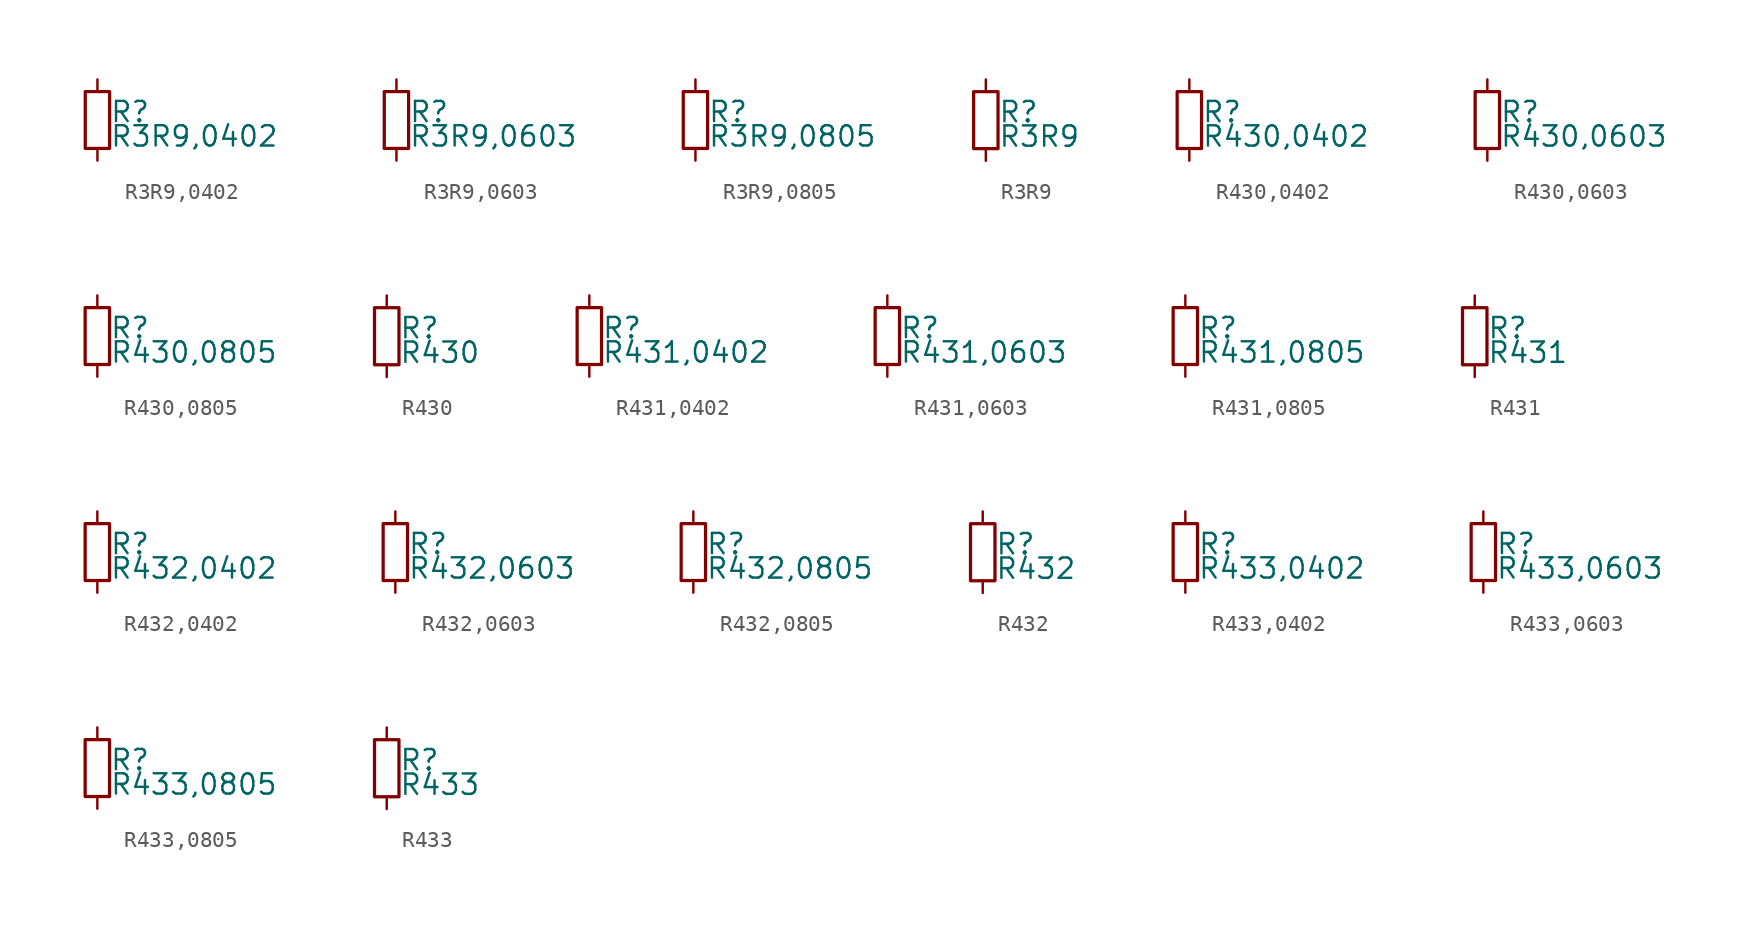
<source format=kicad_sym>
(kicad_symbol_lib
  (version 20211014)
  (generator kicad_symbol_editor)
  (symbol "R3R9,0402"
    (pin_numbers hide)
    (pin_names
      (offset 0.254) hide)
    (property "Reference" "R"
      (at 0.762 0.508 0)
      (effects (font (size 1.27 1.27)) (justify left)))
    (property "Value" "R3R9,0402"
      (at 0.762 -1.016 0)
      (effects (font (size 1.27 1.27)) (justify left)))
    (symbol "R3R9,0402_0_1"
      (rectangle (start -0.762 1.778) (end 0.762 -1.778) (stroke (width 0.203) (type default) (color 0 0 0 0)) (fill (type none))))
    (symbol "R3R9,0402_1_1"
      (pin passive line (at 0 2.54 270) (length 0.762) (name "~" (effects (font (size 1.27 1.27)))) (number "1" (effects (font (size 1.27 1.27)))))
      (pin passive line (at 0 -2.54 90) (length 0.762) (name "~" (effects (font (size 1.27 1.27)))) (number "2" (effects (font (size 1.27 1.27)))))))
  (symbol "R3R9,0603"
    (pin_numbers hide)
    (pin_names
      (offset 0.254) hide)
    (property "Reference" "R"
      (at 0.762 0.508 0)
      (effects (font (size 1.27 1.27)) (justify left)))
    (property "Value" "R3R9,0603"
      (at 0.762 -1.016 0)
      (effects (font (size 1.27 1.27)) (justify left)))
    (symbol "R3R9,0603_0_1"
      (rectangle (start -0.762 1.778) (end 0.762 -1.778) (stroke (width 0.203) (type default) (color 0 0 0 0)) (fill (type none))))
    (symbol "R3R9,0603_1_1"
      (pin passive line (at 0 2.54 270) (length 0.762) (name "~" (effects (font (size 1.27 1.27)))) (number "1" (effects (font (size 1.27 1.27)))))
      (pin passive line (at 0 -2.54 90) (length 0.762) (name "~" (effects (font (size 1.27 1.27)))) (number "2" (effects (font (size 1.27 1.27)))))))
  (symbol "R3R9,0805"
    (pin_numbers hide)
    (pin_names
      (offset 0.254) hide)
    (property "Reference" "R"
      (at 0.762 0.508 0)
      (effects (font (size 1.27 1.27)) (justify left)))
    (property "Value" "R3R9,0805"
      (at 0.762 -1.016 0)
      (effects (font (size 1.27 1.27)) (justify left)))
    (symbol "R3R9,0805_0_1"
      (rectangle (start -0.762 1.778) (end 0.762 -1.778) (stroke (width 0.203) (type default) (color 0 0 0 0)) (fill (type none))))
    (symbol "R3R9,0805_1_1"
      (pin passive line (at 0 2.54 270) (length 0.762) (name "~" (effects (font (size 1.27 1.27)))) (number "1" (effects (font (size 1.27 1.27)))))
      (pin passive line (at 0 -2.54 90) (length 0.762) (name "~" (effects (font (size 1.27 1.27)))) (number "2" (effects (font (size 1.27 1.27)))))))
  (symbol "R3R9"
    (pin_numbers hide)
    (pin_names
      (offset 0.254) hide)
    (property "Reference" "R"
      (at 0.762 0.508 0)
      (effects (font (size 1.27 1.27)) (justify left)))
    (property "Value" "R3R9"
      (at 0.762 -1.016 0)
      (effects (font (size 1.27 1.27)) (justify left)))
    (symbol "R3R9_0_1"
      (rectangle (start -0.762 1.778) (end 0.762 -1.778) (stroke (width 0.203) (type default) (color 0 0 0 0)) (fill (type none))))
    (symbol "R3R9_1_1"
      (pin passive line (at 0 2.54 270) (length 0.762) (name "~" (effects (font (size 1.27 1.27)))) (number "1" (effects (font (size 1.27 1.27)))))
      (pin passive line (at 0 -2.54 90) (length 0.762) (name "~" (effects (font (size 1.27 1.27)))) (number "2" (effects (font (size 1.27 1.27)))))))
  (symbol "R430,0402"
    (pin_numbers hide)
    (pin_names
      (offset 0.254) hide)
    (property "Reference" "R"
      (at 0.762 0.508 0)
      (effects (font (size 1.27 1.27)) (justify left)))
    (property "Value" "R430,0402"
      (at 0.762 -1.016 0)
      (effects (font (size 1.27 1.27)) (justify left)))
    (symbol "R430,0402_0_1"
      (rectangle (start -0.762 1.778) (end 0.762 -1.778) (stroke (width 0.203) (type default) (color 0 0 0 0)) (fill (type none))))
    (symbol "R430,0402_1_1"
      (pin passive line (at 0 2.54 270) (length 0.762) (name "~" (effects (font (size 1.27 1.27)))) (number "1" (effects (font (size 1.27 1.27)))))
      (pin passive line (at 0 -2.54 90) (length 0.762) (name "~" (effects (font (size 1.27 1.27)))) (number "2" (effects (font (size 1.27 1.27)))))))
  (symbol "R430,0603"
    (pin_numbers hide)
    (pin_names
      (offset 0.254) hide)
    (property "Reference" "R"
      (at 0.762 0.508 0)
      (effects (font (size 1.27 1.27)) (justify left)))
    (property "Value" "R430,0603"
      (at 0.762 -1.016 0)
      (effects (font (size 1.27 1.27)) (justify left)))
    (symbol "R430,0603_0_1"
      (rectangle (start -0.762 1.778) (end 0.762 -1.778) (stroke (width 0.203) (type default) (color 0 0 0 0)) (fill (type none))))
    (symbol "R430,0603_1_1"
      (pin passive line (at 0 2.54 270) (length 0.762) (name "~" (effects (font (size 1.27 1.27)))) (number "1" (effects (font (size 1.27 1.27)))))
      (pin passive line (at 0 -2.54 90) (length 0.762) (name "~" (effects (font (size 1.27 1.27)))) (number "2" (effects (font (size 1.27 1.27)))))))
  (symbol "R430,0805"
    (pin_numbers hide)
    (pin_names
      (offset 0.254) hide)
    (property "Reference" "R"
      (at 0.762 0.508 0)
      (effects (font (size 1.27 1.27)) (justify left)))
    (property "Value" "R430,0805"
      (at 0.762 -1.016 0)
      (effects (font (size 1.27 1.27)) (justify left)))
    (symbol "R430,0805_0_1"
      (rectangle (start -0.762 1.778) (end 0.762 -1.778) (stroke (width 0.203) (type default) (color 0 0 0 0)) (fill (type none))))
    (symbol "R430,0805_1_1"
      (pin passive line (at 0 2.54 270) (length 0.762) (name "~" (effects (font (size 1.27 1.27)))) (number "1" (effects (font (size 1.27 1.27)))))
      (pin passive line (at 0 -2.54 90) (length 0.762) (name "~" (effects (font (size 1.27 1.27)))) (number "2" (effects (font (size 1.27 1.27)))))))
  (symbol "R430"
    (pin_numbers hide)
    (pin_names
      (offset 0.254) hide)
    (property "Reference" "R"
      (at 0.762 0.508 0)
      (effects (font (size 1.27 1.27)) (justify left)))
    (property "Value" "R430"
      (at 0.762 -1.016 0)
      (effects (font (size 1.27 1.27)) (justify left)))
    (symbol "R430_0_1"
      (rectangle (start -0.762 1.778) (end 0.762 -1.778) (stroke (width 0.203) (type default) (color 0 0 0 0)) (fill (type none))))
    (symbol "R430_1_1"
      (pin passive line (at 0 2.54 270) (length 0.762) (name "~" (effects (font (size 1.27 1.27)))) (number "1" (effects (font (size 1.27 1.27)))))
      (pin passive line (at 0 -2.54 90) (length 0.762) (name "~" (effects (font (size 1.27 1.27)))) (number "2" (effects (font (size 1.27 1.27)))))))
  (symbol "R431,0402"
    (pin_numbers hide)
    (pin_names
      (offset 0.254) hide)
    (property "Reference" "R"
      (at 0.762 0.508 0)
      (effects (font (size 1.27 1.27)) (justify left)))
    (property "Value" "R431,0402"
      (at 0.762 -1.016 0)
      (effects (font (size 1.27 1.27)) (justify left)))
    (symbol "R431,0402_0_1"
      (rectangle (start -0.762 1.778) (end 0.762 -1.778) (stroke (width 0.203) (type default) (color 0 0 0 0)) (fill (type none))))
    (symbol "R431,0402_1_1"
      (pin passive line (at 0 2.54 270) (length 0.762) (name "~" (effects (font (size 1.27 1.27)))) (number "1" (effects (font (size 1.27 1.27)))))
      (pin passive line (at 0 -2.54 90) (length 0.762) (name "~" (effects (font (size 1.27 1.27)))) (number "2" (effects (font (size 1.27 1.27)))))))
  (symbol "R431,0603"
    (pin_numbers hide)
    (pin_names
      (offset 0.254) hide)
    (property "Reference" "R"
      (at 0.762 0.508 0)
      (effects (font (size 1.27 1.27)) (justify left)))
    (property "Value" "R431,0603"
      (at 0.762 -1.016 0)
      (effects (font (size 1.27 1.27)) (justify left)))
    (symbol "R431,0603_0_1"
      (rectangle (start -0.762 1.778) (end 0.762 -1.778) (stroke (width 0.203) (type default) (color 0 0 0 0)) (fill (type none))))
    (symbol "R431,0603_1_1"
      (pin passive line (at 0 2.54 270) (length 0.762) (name "~" (effects (font (size 1.27 1.27)))) (number "1" (effects (font (size 1.27 1.27)))))
      (pin passive line (at 0 -2.54 90) (length 0.762) (name "~" (effects (font (size 1.27 1.27)))) (number "2" (effects (font (size 1.27 1.27)))))))
  (symbol "R431,0805"
    (pin_numbers hide)
    (pin_names
      (offset 0.254) hide)
    (property "Reference" "R"
      (at 0.762 0.508 0)
      (effects (font (size 1.27 1.27)) (justify left)))
    (property "Value" "R431,0805"
      (at 0.762 -1.016 0)
      (effects (font (size 1.27 1.27)) (justify left)))
    (symbol "R431,0805_0_1"
      (rectangle (start -0.762 1.778) (end 0.762 -1.778) (stroke (width 0.203) (type default) (color 0 0 0 0)) (fill (type none))))
    (symbol "R431,0805_1_1"
      (pin passive line (at 0 2.54 270) (length 0.762) (name "~" (effects (font (size 1.27 1.27)))) (number "1" (effects (font (size 1.27 1.27)))))
      (pin passive line (at 0 -2.54 90) (length 0.762) (name "~" (effects (font (size 1.27 1.27)))) (number "2" (effects (font (size 1.27 1.27)))))))
  (symbol "R431"
    (pin_numbers hide)
    (pin_names
      (offset 0.254) hide)
    (property "Reference" "R"
      (at 0.762 0.508 0)
      (effects (font (size 1.27 1.27)) (justify left)))
    (property "Value" "R431"
      (at 0.762 -1.016 0)
      (effects (font (size 1.27 1.27)) (justify left)))
    (symbol "R431_0_1"
      (rectangle (start -0.762 1.778) (end 0.762 -1.778) (stroke (width 0.203) (type default) (color 0 0 0 0)) (fill (type none))))
    (symbol "R431_1_1"
      (pin passive line (at 0 2.54 270) (length 0.762) (name "~" (effects (font (size 1.27 1.27)))) (number "1" (effects (font (size 1.27 1.27)))))
      (pin passive line (at 0 -2.54 90) (length 0.762) (name "~" (effects (font (size 1.27 1.27)))) (number "2" (effects (font (size 1.27 1.27)))))))
  (symbol "R432,0402"
    (pin_numbers hide)
    (pin_names
      (offset 0.254) hide)
    (property "Reference" "R"
      (at 0.762 0.508 0)
      (effects (font (size 1.27 1.27)) (justify left)))
    (property "Value" "R432,0402"
      (at 0.762 -1.016 0)
      (effects (font (size 1.27 1.27)) (justify left)))
    (symbol "R432,0402_0_1"
      (rectangle (start -0.762 1.778) (end 0.762 -1.778) (stroke (width 0.203) (type default) (color 0 0 0 0)) (fill (type none))))
    (symbol "R432,0402_1_1"
      (pin passive line (at 0 2.54 270) (length 0.762) (name "~" (effects (font (size 1.27 1.27)))) (number "1" (effects (font (size 1.27 1.27)))))
      (pin passive line (at 0 -2.54 90) (length 0.762) (name "~" (effects (font (size 1.27 1.27)))) (number "2" (effects (font (size 1.27 1.27)))))))
  (symbol "R432,0603"
    (pin_numbers hide)
    (pin_names
      (offset 0.254) hide)
    (property "Reference" "R"
      (at 0.762 0.508 0)
      (effects (font (size 1.27 1.27)) (justify left)))
    (property "Value" "R432,0603"
      (at 0.762 -1.016 0)
      (effects (font (size 1.27 1.27)) (justify left)))
    (symbol "R432,0603_0_1"
      (rectangle (start -0.762 1.778) (end 0.762 -1.778) (stroke (width 0.203) (type default) (color 0 0 0 0)) (fill (type none))))
    (symbol "R432,0603_1_1"
      (pin passive line (at 0 2.54 270) (length 0.762) (name "~" (effects (font (size 1.27 1.27)))) (number "1" (effects (font (size 1.27 1.27)))))
      (pin passive line (at 0 -2.54 90) (length 0.762) (name "~" (effects (font (size 1.27 1.27)))) (number "2" (effects (font (size 1.27 1.27)))))))
  (symbol "R432,0805"
    (pin_numbers hide)
    (pin_names
      (offset 0.254) hide)
    (property "Reference" "R"
      (at 0.762 0.508 0)
      (effects (font (size 1.27 1.27)) (justify left)))
    (property "Value" "R432,0805"
      (at 0.762 -1.016 0)
      (effects (font (size 1.27 1.27)) (justify left)))
    (symbol "R432,0805_0_1"
      (rectangle (start -0.762 1.778) (end 0.762 -1.778) (stroke (width 0.203) (type default) (color 0 0 0 0)) (fill (type none))))
    (symbol "R432,0805_1_1"
      (pin passive line (at 0 2.54 270) (length 0.762) (name "~" (effects (font (size 1.27 1.27)))) (number "1" (effects (font (size 1.27 1.27)))))
      (pin passive line (at 0 -2.54 90) (length 0.762) (name "~" (effects (font (size 1.27 1.27)))) (number "2" (effects (font (size 1.27 1.27)))))))
  (symbol "R432"
    (pin_numbers hide)
    (pin_names
      (offset 0.254) hide)
    (property "Reference" "R"
      (at 0.762 0.508 0)
      (effects (font (size 1.27 1.27)) (justify left)))
    (property "Value" "R432"
      (at 0.762 -1.016 0)
      (effects (font (size 1.27 1.27)) (justify left)))
    (symbol "R432_0_1"
      (rectangle (start -0.762 1.778) (end 0.762 -1.778) (stroke (width 0.203) (type default) (color 0 0 0 0)) (fill (type none))))
    (symbol "R432_1_1"
      (pin passive line (at 0 2.54 270) (length 0.762) (name "~" (effects (font (size 1.27 1.27)))) (number "1" (effects (font (size 1.27 1.27)))))
      (pin passive line (at 0 -2.54 90) (length 0.762) (name "~" (effects (font (size 1.27 1.27)))) (number "2" (effects (font (size 1.27 1.27)))))))
  (symbol "R433,0402"
    (pin_numbers hide)
    (pin_names
      (offset 0.254) hide)
    (property "Reference" "R"
      (at 0.762 0.508 0)
      (effects (font (size 1.27 1.27)) (justify left)))
    (property "Value" "R433,0402"
      (at 0.762 -1.016 0)
      (effects (font (size 1.27 1.27)) (justify left)))
    (symbol "R433,0402_0_1"
      (rectangle (start -0.762 1.778) (end 0.762 -1.778) (stroke (width 0.203) (type default) (color 0 0 0 0)) (fill (type none))))
    (symbol "R433,0402_1_1"
      (pin passive line (at 0 2.54 270) (length 0.762) (name "~" (effects (font (size 1.27 1.27)))) (number "1" (effects (font (size 1.27 1.27)))))
      (pin passive line (at 0 -2.54 90) (length 0.762) (name "~" (effects (font (size 1.27 1.27)))) (number "2" (effects (font (size 1.27 1.27)))))))
  (symbol "R433,0603"
    (pin_numbers hide)
    (pin_names
      (offset 0.254) hide)
    (property "Reference" "R"
      (at 0.762 0.508 0)
      (effects (font (size 1.27 1.27)) (justify left)))
    (property "Value" "R433,0603"
      (at 0.762 -1.016 0)
      (effects (font (size 1.27 1.27)) (justify left)))
    (symbol "R433,0603_0_1"
      (rectangle (start -0.762 1.778) (end 0.762 -1.778) (stroke (width 0.203) (type default) (color 0 0 0 0)) (fill (type none))))
    (symbol "R433,0603_1_1"
      (pin passive line (at 0 2.54 270) (length 0.762) (name "~" (effects (font (size 1.27 1.27)))) (number "1" (effects (font (size 1.27 1.27)))))
      (pin passive line (at 0 -2.54 90) (length 0.762) (name "~" (effects (font (size 1.27 1.27)))) (number "2" (effects (font (size 1.27 1.27)))))))
  (symbol "R433,0805"
    (pin_numbers hide)
    (pin_names
      (offset 0.254) hide)
    (property "Reference" "R"
      (at 0.762 0.508 0)
      (effects (font (size 1.27 1.27)) (justify left)))
    (property "Value" "R433,0805"
      (at 0.762 -1.016 0)
      (effects (font (size 1.27 1.27)) (justify left)))
    (symbol "R433,0805_0_1"
      (rectangle (start -0.762 1.778) (end 0.762 -1.778) (stroke (width 0.203) (type default) (color 0 0 0 0)) (fill (type none))))
    (symbol "R433,0805_1_1"
      (pin passive line (at 0 2.54 270) (length 0.762) (name "~" (effects (font (size 1.27 1.27)))) (number "1" (effects (font (size 1.27 1.27)))))
      (pin passive line (at 0 -2.54 90) (length 0.762) (name "~" (effects (font (size 1.27 1.27)))) (number "2" (effects (font (size 1.27 1.27)))))))
  (symbol "R433"
    (pin_numbers hide)
    (pin_names
      (offset 0.254) hide)
    (property "Reference" "R"
      (at 0.762 0.508 0)
      (effects (font (size 1.27 1.27)) (justify left)))
    (property "Value" "R433"
      (at 0.762 -1.016 0)
      (effects (font (size 1.27 1.27)) (justify left)))
    (symbol "R433_0_1"
      (rectangle (start -0.762 1.778) (end 0.762 -1.778) (stroke (width 0.203) (type default) (color 0 0 0 0)) (fill (type none))))
    (symbol "R433_1_1"
      (pin passive line (at 0 2.54 270) (length 0.762) (name "~" (effects (font (size 1.27 1.27)))) (number "1" (effects (font (size 1.27 1.27)))))
      (pin passive line (at 0 -2.54 90) (length 0.762) (name "~" (effects (font (size 1.27 1.27)))) (number "2" (effects (font (size 1.27 1.27))))))))
</source>
